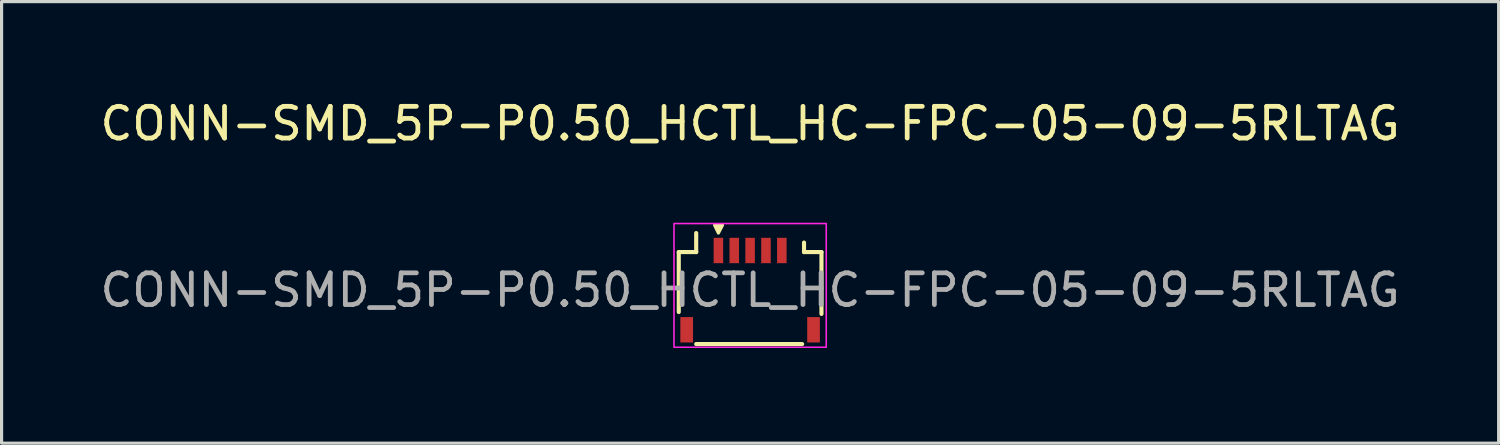
<source format=kicad_pcb>
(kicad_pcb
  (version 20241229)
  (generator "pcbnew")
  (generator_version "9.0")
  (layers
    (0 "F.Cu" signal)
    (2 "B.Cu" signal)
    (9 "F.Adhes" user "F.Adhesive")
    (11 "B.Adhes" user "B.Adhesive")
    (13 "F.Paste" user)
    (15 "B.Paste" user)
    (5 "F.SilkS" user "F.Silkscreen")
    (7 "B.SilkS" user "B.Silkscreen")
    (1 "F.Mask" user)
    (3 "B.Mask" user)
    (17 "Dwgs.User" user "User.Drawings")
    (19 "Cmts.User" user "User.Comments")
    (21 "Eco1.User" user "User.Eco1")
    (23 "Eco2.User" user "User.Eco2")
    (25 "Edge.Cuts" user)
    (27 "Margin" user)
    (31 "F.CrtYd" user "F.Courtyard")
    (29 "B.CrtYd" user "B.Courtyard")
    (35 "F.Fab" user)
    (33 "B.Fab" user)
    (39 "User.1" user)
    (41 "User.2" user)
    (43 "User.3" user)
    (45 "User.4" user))
  (footprint "CONN-SMD_5P-P0.50_HCTL_HC-FPC-05-09-5RLTAG"
    (layer "F.Cu")
    (at 20.601 6.098)
    (property "Reference" "CONN-SMD_5P-P0.50_HCTL_HC-FPC-05-09-5RLTAG" (at 0 -5.25 0) (layer "F.SilkS") (effects (font (size 1 1) (thickness 0.15))))
    (attr smd)
    (fp_line (start -2.25 -1.2) (end -2.25 0.69) (stroke (width 0.13) (type solid)) (layer "F.SilkS"))
    (fp_line (start -1.7 -1.8) (end -1.7 -1.2) (stroke (width 0.13) (type solid)) (layer "F.SilkS"))
    (fp_line (start -1.7 -1.2) (end -2.25 -1.2) (stroke (width 0.13) (type solid)) (layer "F.SilkS"))
    (fp_line (start -1.7 1.7) (end 1.64 1.7) (stroke (width 0.13) (type solid)) (layer "F.SilkS"))
    (fp_line (start 1.7 -1.2) (end 1.7 -1.5) (stroke (width 0.13) (type solid)) (layer "F.SilkS"))
    (fp_line (start 2.25 -1.2) (end 1.7 -1.2) (stroke (width 0.13) (type solid)) (layer "F.SilkS"))
    (fp_line (start 2.25 0.75) (end 2.25 -1.2) (stroke (width 0.13) (type solid)) (layer "F.SilkS"))
    (fp_poly (pts (xy -1 -1.8) (xy -1.12 -2.05) (xy -0.87 -2.05)) (stroke (width 0.1) (type solid)) (fill yes) (layer "F.SilkS"))
    (fp_rect (start -2.4 -2.1) (end 2.4 1.8) (stroke (width 0.05) (type default)) (fill no) (layer "F.CrtYd"))
    (fp_text user "${REFERENCE}" (at 0 0 0) (layer "F.Fab") (effects (font (size 1 1) (thickness 0.15))))
    (pad "1" smd rect (at -1 -1.25) (size 0.3 0.8) (layers "F.Cu" "F.Mask" "F.Paste"))
    (pad "2" smd rect (at -0.5 -1.25) (size 0.3 0.8) (layers "F.Cu" "F.Mask" "F.Paste"))
    (pad "3" smd rect (at 0 -1.25) (size 0.3 0.8) (layers "F.Cu" "F.Mask" "F.Paste"))
    (pad "4" smd rect (at 0.5 -1.25) (size 0.3 0.8) (layers "F.Cu" "F.Mask" "F.Paste"))
    (pad "5" smd rect (at 1 -1.25) (size 0.3 0.8) (layers "F.Cu" "F.Mask" "F.Paste"))
    (pad "MP" smd rect (at -2 1.25) (size 0.4 0.8) (layers "F.Cu" "F.Mask" "F.Paste"))
    (pad "MP" smd rect (at 2 1.25) (size 0.4 0.8) (layers "F.Cu" "F.Mask" "F.Paste")))
  (gr_rect
    (start -3 -3)
    (end 44.202 10.923)
    (stroke (width 0.1) (type default))
    (fill no)
    (layer "Edge.Cuts")))
</source>
